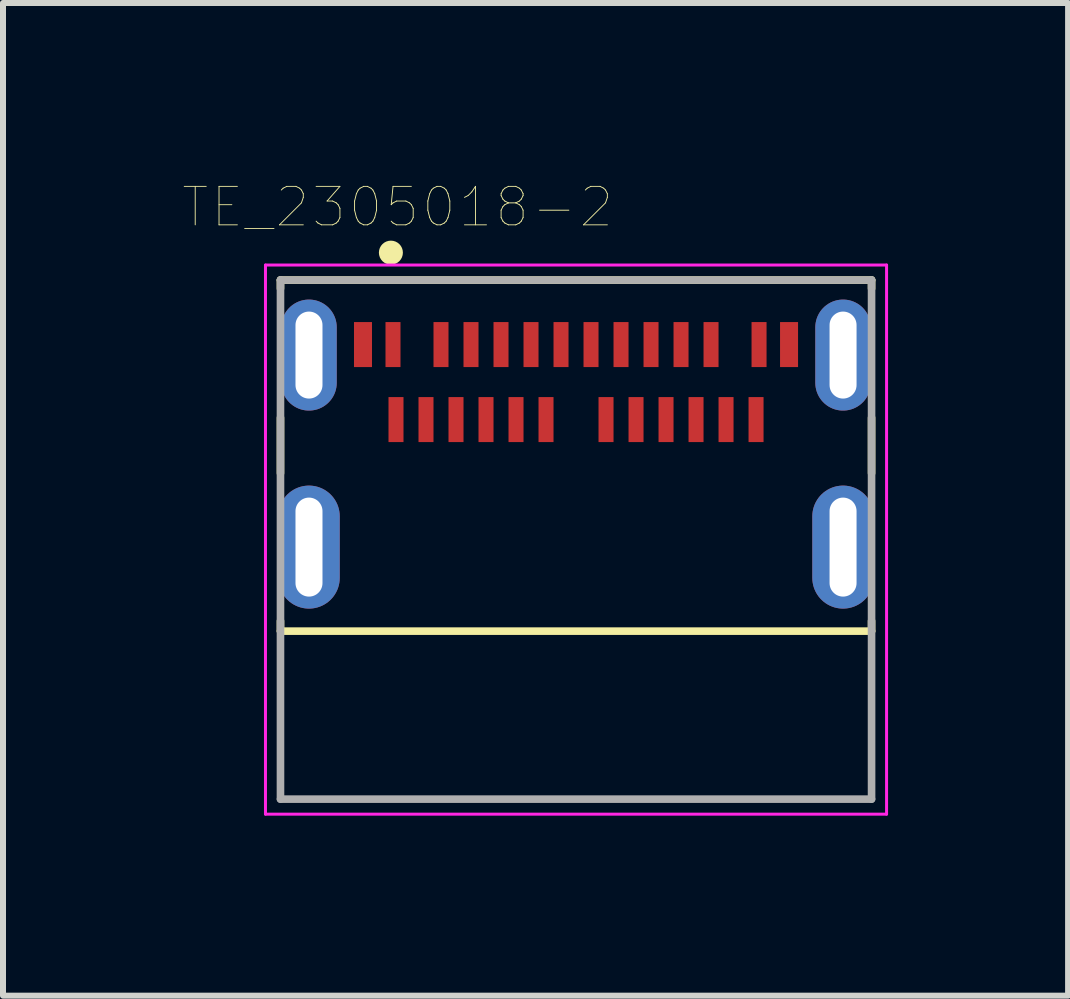
<source format=kicad_pcb>
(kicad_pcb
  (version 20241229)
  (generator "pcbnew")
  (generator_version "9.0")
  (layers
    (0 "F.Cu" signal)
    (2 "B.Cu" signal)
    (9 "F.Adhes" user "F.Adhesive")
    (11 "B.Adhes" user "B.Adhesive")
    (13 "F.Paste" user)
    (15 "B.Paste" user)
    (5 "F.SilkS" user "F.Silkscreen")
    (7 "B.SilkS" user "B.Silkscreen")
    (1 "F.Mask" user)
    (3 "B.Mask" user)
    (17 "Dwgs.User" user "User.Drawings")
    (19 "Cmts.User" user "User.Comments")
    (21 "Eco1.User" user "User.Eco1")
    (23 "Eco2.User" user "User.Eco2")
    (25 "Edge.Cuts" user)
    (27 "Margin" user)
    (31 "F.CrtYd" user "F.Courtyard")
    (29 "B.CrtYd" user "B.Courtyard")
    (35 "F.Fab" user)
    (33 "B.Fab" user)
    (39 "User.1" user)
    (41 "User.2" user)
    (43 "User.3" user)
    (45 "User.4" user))
  (footprint "TE_2305018-2"
    (layer "F.Cu")
    (at 6.549 6.067)
    (property "Reference" "TE_2305018-2" (at -2.973 -5.666 0) (layer "F.SilkS") (effects (font (size 0.641 0.641) (thickness 0.015))))
    (attr through_hole)
    (fp_line (start -4.925 -4.45) (end 4.925 -4.45) (stroke (width 0.127) (type solid)) (layer "F.SilkS"))
    (fp_line (start -4.925 -4.309) (end -4.925 -4.45) (stroke (width 0.127) (type solid)) (layer "F.SilkS"))
    (fp_line (start -4.925 -1.231) (end -4.925 -2.155) (stroke (width 0.127) (type solid)) (layer "F.SilkS"))
    (fp_line (start -4.925 1.4) (end -4.925 1.231) (stroke (width 0.127) (type solid)) (layer "F.SilkS"))
    (fp_line (start 4.925 -4.309) (end 4.925 -4.45) (stroke (width 0.127) (type solid)) (layer "F.SilkS"))
    (fp_line (start 4.925 -1.231) (end 4.925 -2.155) (stroke (width 0.127) (type solid)) (layer "F.SilkS"))
    (fp_line (start 4.925 1.4) (end -4.925 1.4) (stroke (width 0.127) (type solid)) (layer "F.SilkS"))
    (fp_line (start 4.925 1.4) (end 4.925 1.231) (stroke (width 0.127) (type solid)) (layer "F.SilkS"))
    (fp_circle (center -3.085 -4.907) (end -2.985 -4.907) (stroke (width 0.2) (type solid)) (fill no) (layer "F.SilkS"))
    (fp_line (start -5.175 -4.7) (end 5.175 -4.7) (stroke (width 0.05) (type solid)) (layer "F.CrtYd"))
    (fp_line (start -5.175 4.45) (end -5.175 -4.7) (stroke (width 0.05) (type solid)) (layer "F.CrtYd"))
    (fp_line (start 5.175 -4.7) (end 5.175 4.45) (stroke (width 0.05) (type solid)) (layer "F.CrtYd"))
    (fp_line (start 5.175 4.45) (end -5.175 4.45) (stroke (width 0.05) (type solid)) (layer "F.CrtYd"))
    (fp_line (start -4.925 -4.45) (end 4.925 -4.45) (stroke (width 0.127) (type solid)) (layer "F.Fab"))
    (fp_line (start -4.925 4.2) (end -4.925 -4.45) (stroke (width 0.127) (type solid)) (layer "F.Fab"))
    (fp_line (start -4.925 4.2) (end 4.925 4.2) (stroke (width 0.127) (type solid)) (layer "F.Fab"))
    (fp_line (start 4.925 -4.45) (end 4.925 4.2) (stroke (width 0.127) (type solid)) (layer "F.Fab"))
    (pad "A1" smd rect (at -3.05 -3.375) (size 0.25 0.75) (layers "F.Cu" "F.Mask" "F.Paste"))
    (pad "A2" smd rect (at -2.25 -3.375) (size 0.25 0.75) (layers "F.Cu" "F.Mask" "F.Paste"))
    (pad "A3" smd rect (at -1.75 -3.375) (size 0.25 0.75) (layers "F.Cu" "F.Mask" "F.Paste"))
    (pad "A4" smd rect (at -1.25 -3.375) (size 0.25 0.75) (layers "F.Cu" "F.Mask" "F.Paste"))
    (pad "A5" smd rect (at -0.75 -3.375) (size 0.25 0.75) (layers "F.Cu" "F.Mask" "F.Paste"))
    (pad "A6" smd rect (at -0.25 -3.375) (size 0.25 0.75) (layers "F.Cu" "F.Mask" "F.Paste"))
    (pad "A7" smd rect (at 0.25 -3.375) (size 0.25 0.75) (layers "F.Cu" "F.Mask" "F.Paste"))
    (pad "A8" smd rect (at 0.75 -3.375) (size 0.25 0.75) (layers "F.Cu" "F.Mask" "F.Paste"))
    (pad "A9" smd rect (at 1.25 -3.375) (size 0.25 0.75) (layers "F.Cu" "F.Mask" "F.Paste"))
    (pad "A10" smd rect (at 1.75 -3.375) (size 0.25 0.75) (layers "F.Cu" "F.Mask" "F.Paste"))
    (pad "A11" smd rect (at 2.25 -3.375) (size 0.25 0.75) (layers "F.Cu" "F.Mask" "F.Paste"))
    (pad "A12" smd rect (at 3.05 -3.375) (size 0.25 0.75) (layers "F.Cu" "F.Mask" "F.Paste"))
    (pad "B1" smd rect (at 3 -2.125) (size 0.25 0.75) (layers "F.Cu" "F.Mask" "F.Paste"))
    (pad "B2" smd rect (at 2.5 -2.125) (size 0.25 0.75) (layers "F.Cu" "F.Mask" "F.Paste"))
    (pad "B3" smd rect (at 2 -2.125) (size 0.25 0.75) (layers "F.Cu" "F.Mask" "F.Paste"))
    (pad "B4" smd rect (at 1.5 -2.125) (size 0.25 0.75) (layers "F.Cu" "F.Mask" "F.Paste"))
    (pad "B5" smd rect (at 1 -2.125) (size 0.25 0.75) (layers "F.Cu" "F.Mask" "F.Paste"))
    (pad "B6" smd rect (at 0.5 -2.125) (size 0.25 0.75) (layers "F.Cu" "F.Mask" "F.Paste"))
    (pad "B7" smd rect (at -0.5 -2.125) (size 0.25 0.75) (layers "F.Cu" "F.Mask" "F.Paste"))
    (pad "B8" smd rect (at -1 -2.125) (size 0.25 0.75) (layers "F.Cu" "F.Mask" "F.Paste"))
    (pad "B9" smd rect (at -1.5 -2.125) (size 0.25 0.75) (layers "F.Cu" "F.Mask" "F.Paste"))
    (pad "B10" smd rect (at -2 -2.125) (size 0.25 0.75) (layers "F.Cu" "F.Mask" "F.Paste"))
    (pad "B11" smd rect (at -2.5 -2.125) (size 0.25 0.75) (layers "F.Cu" "F.Mask" "F.Paste"))
    (pad "B12" smd rect (at -3 -2.125) (size 0.25 0.75) (layers "F.Cu" "F.Mask" "F.Paste"))
    (pad "G1" smd rect (at -3.55 -3.375) (size 0.3 0.75) (layers "F.Cu" "F.Mask" "F.Paste"))
    (pad "G2" smd rect (at 3.55 -3.375) (size 0.3 0.75) (layers "F.Cu" "F.Mask" "F.Paste"))
    (pad "S1" thru_hole oval (at -4.45 0) (size 1.025 2.05) (drill oval 0.45 1.65) (layers "*.Cu" "*.Mask"))
    (pad "S2" thru_hole oval (at 4.45 0) (size 1.025 2.05) (drill oval 0.45 1.65) (layers "*.Cu" "*.Mask"))
    (pad "S3" thru_hole oval (at -4.45 -3.2) (size 0.925 1.85) (drill oval 0.45 1.45) (layers "*.Cu" "*.Mask"))
    (pad "S4" thru_hole oval (at 4.45 -3.2) (size 0.925 1.85) (drill oval 0.45 1.45) (layers "*.Cu" "*.Mask")))
  (gr_rect
    (start -3 -3)
    (end 14.749 13.542)
    (stroke (width 0.1) (type default))
    (fill no)
    (layer "Edge.Cuts")))
</source>
